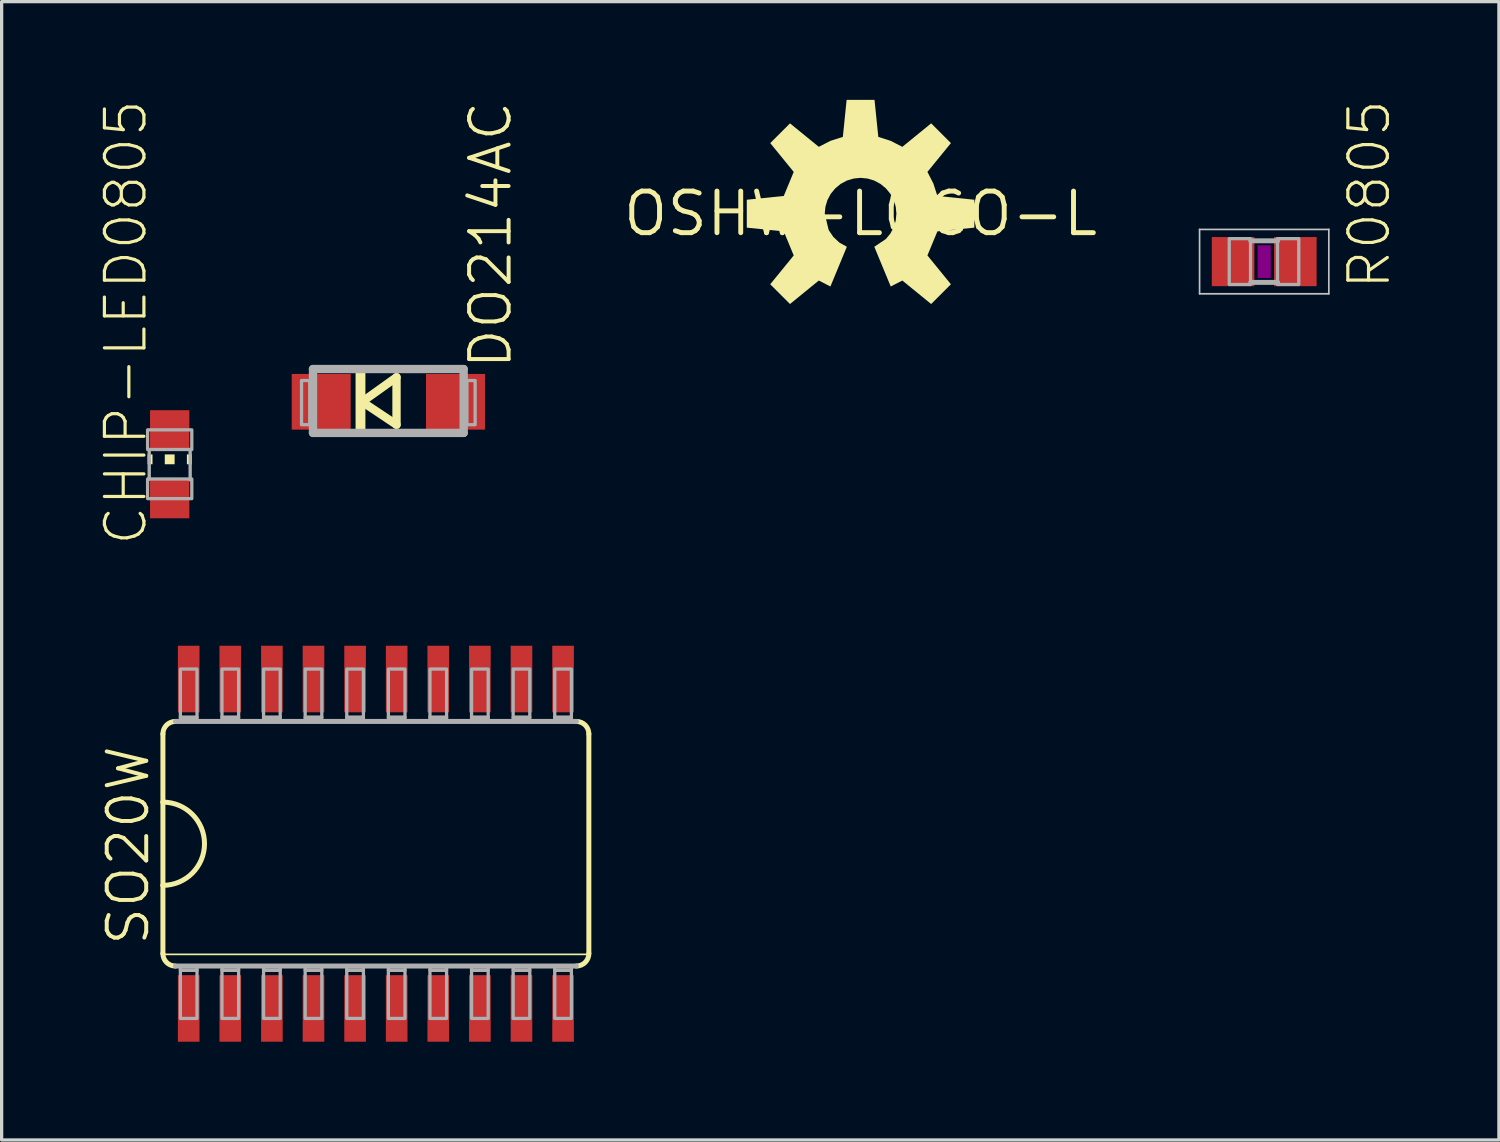
<source format=kicad_pcb>
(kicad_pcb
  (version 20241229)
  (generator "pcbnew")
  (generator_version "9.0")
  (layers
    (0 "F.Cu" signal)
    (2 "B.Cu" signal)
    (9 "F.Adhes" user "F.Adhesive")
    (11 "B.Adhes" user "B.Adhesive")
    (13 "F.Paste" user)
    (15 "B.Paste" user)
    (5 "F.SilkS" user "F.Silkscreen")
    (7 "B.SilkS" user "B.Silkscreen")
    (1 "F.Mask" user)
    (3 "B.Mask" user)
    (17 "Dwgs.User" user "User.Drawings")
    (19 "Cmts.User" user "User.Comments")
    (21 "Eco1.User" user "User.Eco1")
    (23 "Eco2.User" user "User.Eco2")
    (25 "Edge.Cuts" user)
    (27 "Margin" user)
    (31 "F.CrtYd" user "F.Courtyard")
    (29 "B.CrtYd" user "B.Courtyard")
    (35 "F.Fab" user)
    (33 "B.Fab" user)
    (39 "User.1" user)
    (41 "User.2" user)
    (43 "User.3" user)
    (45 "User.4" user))
  (footprint "CHIP-LED0805"
    (layer "F.Cu")
    (at 2.131 11.124)
    (property "Reference" "CHIP-LED0805" (at -0.635 2.54 270) (layer "F.SilkS") (effects (font (size 1.206 1.206) (thickness 0.097)) (justify left bottom)))
    (attr through_hole)
    (fp_poly (pts (xy -0.675 0) (xy -0.525 0) (xy -0.525 -0.3) (xy -0.675 -0.3)) (stroke (width 0) (type solid)) (fill yes) (layer "F.SilkS"))
    (fp_poly (pts (xy -0.15 0) (xy 0.15 0) (xy 0.15 -0.3) (xy -0.15 -0.3)) (stroke (width 0) (type solid)) (fill yes) (layer "F.SilkS"))
    (fp_poly (pts (xy 0.525 0) (xy 0.675 0) (xy 0.675 -0.3) (xy 0.525 -0.3)) (stroke (width 0) (type solid)) (fill yes) (layer "F.SilkS"))
    (fp_line (start -0.625 -0.45) (end -0.625 0.45) (stroke (width 0.102) (type solid)) (layer "F.Fab"))
    (fp_line (start 0.625 -0.45) (end 0.625 0.475) (stroke (width 0.102) (type solid)) (layer "F.Fab"))
    (fp_poly (pts (xy -0.675 -0.45) (xy 0.675 -0.45) (xy 0.675 -1.05) (xy -0.675 -1.05)) (stroke (width 0.1) (type solid)) (fill no) (layer "F.Fab"))
    (fp_poly (pts (xy -0.675 1.05) (xy 0.675 1.05) (xy 0.675 0.45) (xy -0.675 0.45)) (stroke (width 0.1) (type solid)) (fill no) (layer "F.Fab"))
    (pad "A" smd rect (at 0 1.05) (size 1.2 1.2) (layers "F.Cu" "F.Mask" "F.Paste"))
    (pad "C" smd rect (at 0 -1.05) (size 1.2 1.2) (layers "F.Cu" "F.Mask" "F.Paste")))
  (footprint "DO214AC"
    (layer "F.Cu")
    (at 8.806 9.217)
    (property "Reference" "DO214AC" (at 3.826 -0.938 270) (layer "F.SilkS") (effects (font (size 1.206 1.206) (thickness 0.121)) (justify left bottom)))
    (attr through_hole)
    (fp_line (start -0.8 0) (end 0.25 -0.75) (stroke (width 0.254) (type solid)) (layer "F.SilkS"))
    (fp_line (start 0.25 -0.75) (end 0.25 0.7) (stroke (width 0.254) (type solid)) (layer "F.SilkS"))
    (fp_line (start 0.25 0.7) (end -0.8 0) (stroke (width 0.254) (type solid)) (layer "F.SilkS"))
    (fp_poly (pts (xy -1 1.05) (xy -0.7 1.05) (xy -0.7 -1.05) (xy -1 -1.05)) (stroke (width 0) (type solid)) (fill yes) (layer "F.SilkS"))
    (fp_line (start -2.3 -1) (end 2.3 -1) (stroke (width 0.254) (type solid)) (layer "F.Fab"))
    (fp_line (start -2.3 0.95) (end -2.3 -1) (stroke (width 0.254) (type solid)) (layer "F.Fab"))
    (fp_line (start 2.3 -1) (end 2.3 0.95) (stroke (width 0.254) (type solid)) (layer "F.Fab"))
    (fp_line (start 2.3 0.95) (end -2.3 0.95) (stroke (width 0.254) (type solid)) (layer "F.Fab"))
    (fp_poly (pts (xy -2.65 0.7) (xy -2.4 0.7) (xy -2.4 -0.65) (xy -2.65 -0.65)) (stroke (width 0.1) (type solid)) (fill no) (layer "F.Fab"))
    (fp_poly (pts (xy 2.4 0.7) (xy 2.65 0.7) (xy 2.65 -0.65) (xy 2.4 -0.65)) (stroke (width 0.1) (type solid)) (fill no) (layer "F.Fab"))
    (pad "A" smd rect (at 2.05 0) (size 1.8 1.7) (layers "F.Cu" "F.Mask" "F.Paste"))
    (pad "C" smd rect (at -2.05 0) (size 1.8 1.7) (layers "F.Cu" "F.Mask" "F.Paste")))
  (footprint "SO20W"
    (layer "F.Cu")
    (at 8.426 22.71)
    (property "Reference" "SO20W" (at -6.858 3.175 90) (layer "F.SilkS") (effects (font (size 1.206 1.206) (thickness 0.121)) (justify left bottom)))
    (attr through_hole)
    (fp_line (start -6.502 -3.353) (end -6.502 -1.27) (stroke (width 0.152) (type solid)) (layer "F.SilkS"))
    (fp_line (start -6.502 -1.27) (end -6.502 1.27) (stroke (width 0.152) (type solid)) (layer "F.SilkS"))
    (fp_line (start -6.502 1.27) (end -6.502 3.353) (stroke (width 0.152) (type solid)) (layer "F.SilkS"))
    (fp_line (start -6.477 3.378) (end 6.477 3.378) (stroke (width 0.051) (type solid)) (layer "F.SilkS"))
    (fp_line (start 6.502 3.353) (end 6.502 -3.353) (stroke (width 0.152) (type solid)) (layer "F.SilkS"))
    (fp_arc (start -6.5024 -3.3528) (mid -6.390808 -3.622208) (end -6.1214 -3.7338) (stroke (width 0.1524) (type solid)) (layer "F.SilkS"))
    (fp_arc (start -6.5024 -1.27) (mid -5.2324 0) (end -6.5024 1.27) (stroke (width 0.1524) (type solid)) (layer "F.SilkS"))
    (fp_arc (start -6.1214 3.7338) (mid -6.390808 3.622208) (end -6.5024 3.3528) (stroke (width 0.1524) (type solid)) (layer "F.SilkS"))
    (fp_arc (start 6.1214 -3.7338) (mid 6.390808 -3.622208) (end 6.5024 -3.3528) (stroke (width 0.1524) (type solid)) (layer "F.SilkS"))
    (fp_arc (start 6.5024 3.3528) (mid 6.390808 3.622208) (end 6.1214 3.7338) (stroke (width 0.1524) (type solid)) (layer "F.SilkS"))
    (fp_line (start -6.121 3.734) (end 6.121 3.734) (stroke (width 0.152) (type solid)) (layer "F.Fab"))
    (fp_line (start 6.121 -3.734) (end -6.121 -3.734) (stroke (width 0.152) (type solid)) (layer "F.Fab"))
    (fp_poly (pts (xy -5.969 -3.861) (xy -5.461 -3.861) (xy -5.461 -5.334) (xy -5.969 -5.334)) (stroke (width 0.1) (type solid)) (fill no) (layer "F.Fab"))
    (fp_poly (pts (xy -5.969 -3.734) (xy -5.461 -3.734) (xy -5.461 -3.861) (xy -5.969 -3.861)) (stroke (width 0.1) (type solid)) (fill no) (layer "F.Fab"))
    (fp_poly (pts (xy -5.969 3.861) (xy -5.461 3.861) (xy -5.461 3.734) (xy -5.969 3.734)) (stroke (width 0.1) (type solid)) (fill no) (layer "F.Fab"))
    (fp_poly (pts (xy -5.969 5.334) (xy -5.461 5.334) (xy -5.461 3.861) (xy -5.969 3.861)) (stroke (width 0.1) (type solid)) (fill no) (layer "F.Fab"))
    (fp_poly (pts (xy -4.699 -3.861) (xy -4.191 -3.861) (xy -4.191 -5.334) (xy -4.699 -5.334)) (stroke (width 0.1) (type solid)) (fill no) (layer "F.Fab"))
    (fp_poly (pts (xy -4.699 -3.734) (xy -4.191 -3.734) (xy -4.191 -3.861) (xy -4.699 -3.861)) (stroke (width 0.1) (type solid)) (fill no) (layer "F.Fab"))
    (fp_poly (pts (xy -4.699 3.861) (xy -4.191 3.861) (xy -4.191 3.734) (xy -4.699 3.734)) (stroke (width 0.1) (type solid)) (fill no) (layer "F.Fab"))
    (fp_poly (pts (xy -4.699 5.334) (xy -4.191 5.334) (xy -4.191 3.861) (xy -4.699 3.861)) (stroke (width 0.1) (type solid)) (fill no) (layer "F.Fab"))
    (fp_poly (pts (xy -3.429 -3.861) (xy -2.921 -3.861) (xy -2.921 -5.334) (xy -3.429 -5.334)) (stroke (width 0.1) (type solid)) (fill no) (layer "F.Fab"))
    (fp_poly (pts (xy -3.429 -3.734) (xy -2.921 -3.734) (xy -2.921 -3.861) (xy -3.429 -3.861)) (stroke (width 0.1) (type solid)) (fill no) (layer "F.Fab"))
    (fp_poly (pts (xy -3.429 3.861) (xy -2.921 3.861) (xy -2.921 3.734) (xy -3.429 3.734)) (stroke (width 0.1) (type solid)) (fill no) (layer "F.Fab"))
    (fp_poly (pts (xy -3.429 5.334) (xy -2.921 5.334) (xy -2.921 3.861) (xy -3.429 3.861)) (stroke (width 0.1) (type solid)) (fill no) (layer "F.Fab"))
    (fp_poly (pts (xy -2.159 -3.861) (xy -1.651 -3.861) (xy -1.651 -5.334) (xy -2.159 -5.334)) (stroke (width 0.1) (type solid)) (fill no) (layer "F.Fab"))
    (fp_poly (pts (xy -2.159 -3.734) (xy -1.651 -3.734) (xy -1.651 -3.861) (xy -2.159 -3.861)) (stroke (width 0.1) (type solid)) (fill no) (layer "F.Fab"))
    (fp_poly (pts (xy -2.159 3.861) (xy -1.651 3.861) (xy -1.651 3.734) (xy -2.159 3.734)) (stroke (width 0.1) (type solid)) (fill no) (layer "F.Fab"))
    (fp_poly (pts (xy -2.159 5.334) (xy -1.651 5.334) (xy -1.651 3.861) (xy -2.159 3.861)) (stroke (width 0.1) (type solid)) (fill no) (layer "F.Fab"))
    (fp_poly (pts (xy -0.889 -3.861) (xy -0.381 -3.861) (xy -0.381 -5.334) (xy -0.889 -5.334)) (stroke (width 0.1) (type solid)) (fill no) (layer "F.Fab"))
    (fp_poly (pts (xy -0.889 -3.734) (xy -0.381 -3.734) (xy -0.381 -3.861) (xy -0.889 -3.861)) (stroke (width 0.1) (type solid)) (fill no) (layer "F.Fab"))
    (fp_poly (pts (xy -0.889 3.861) (xy -0.381 3.861) (xy -0.381 3.734) (xy -0.889 3.734)) (stroke (width 0.1) (type solid)) (fill no) (layer "F.Fab"))
    (fp_poly (pts (xy -0.889 5.334) (xy -0.381 5.334) (xy -0.381 3.861) (xy -0.889 3.861)) (stroke (width 0.1) (type solid)) (fill no) (layer "F.Fab"))
    (fp_poly (pts (xy 0.381 -3.861) (xy 0.889 -3.861) (xy 0.889 -5.334) (xy 0.381 -5.334)) (stroke (width 0.1) (type solid)) (fill no) (layer "F.Fab"))
    (fp_poly (pts (xy 0.381 -3.734) (xy 0.889 -3.734) (xy 0.889 -3.861) (xy 0.381 -3.861)) (stroke (width 0.1) (type solid)) (fill no) (layer "F.Fab"))
    (fp_poly (pts (xy 0.381 3.861) (xy 0.889 3.861) (xy 0.889 3.734) (xy 0.381 3.734)) (stroke (width 0.1) (type solid)) (fill no) (layer "F.Fab"))
    (fp_poly (pts (xy 0.381 5.334) (xy 0.889 5.334) (xy 0.889 3.861) (xy 0.381 3.861)) (stroke (width 0.1) (type solid)) (fill no) (layer "F.Fab"))
    (fp_poly (pts (xy 1.651 -3.861) (xy 2.159 -3.861) (xy 2.159 -5.334) (xy 1.651 -5.334)) (stroke (width 0.1) (type solid)) (fill no) (layer "F.Fab"))
    (fp_poly (pts (xy 1.651 -3.734) (xy 2.159 -3.734) (xy 2.159 -3.861) (xy 1.651 -3.861)) (stroke (width 0.1) (type solid)) (fill no) (layer "F.Fab"))
    (fp_poly (pts (xy 1.651 3.861) (xy 2.159 3.861) (xy 2.159 3.734) (xy 1.651 3.734)) (stroke (width 0.1) (type solid)) (fill no) (layer "F.Fab"))
    (fp_poly (pts (xy 1.651 5.334) (xy 2.159 5.334) (xy 2.159 3.861) (xy 1.651 3.861)) (stroke (width 0.1) (type solid)) (fill no) (layer "F.Fab"))
    (fp_poly (pts (xy 2.921 -3.861) (xy 3.429 -3.861) (xy 3.429 -5.334) (xy 2.921 -5.334)) (stroke (width 0.1) (type solid)) (fill no) (layer "F.Fab"))
    (fp_poly (pts (xy 2.921 -3.734) (xy 3.429 -3.734) (xy 3.429 -3.861) (xy 2.921 -3.861)) (stroke (width 0.1) (type solid)) (fill no) (layer "F.Fab"))
    (fp_poly (pts (xy 2.921 3.861) (xy 3.429 3.861) (xy 3.429 3.734) (xy 2.921 3.734)) (stroke (width 0.1) (type solid)) (fill no) (layer "F.Fab"))
    (fp_poly (pts (xy 2.921 5.334) (xy 3.429 5.334) (xy 3.429 3.861) (xy 2.921 3.861)) (stroke (width 0.1) (type solid)) (fill no) (layer "F.Fab"))
    (fp_poly (pts (xy 4.191 -3.861) (xy 4.699 -3.861) (xy 4.699 -5.334) (xy 4.191 -5.334)) (stroke (width 0.1) (type solid)) (fill no) (layer "F.Fab"))
    (fp_poly (pts (xy 4.191 -3.734) (xy 4.699 -3.734) (xy 4.699 -3.861) (xy 4.191 -3.861)) (stroke (width 0.1) (type solid)) (fill no) (layer "F.Fab"))
    (fp_poly (pts (xy 4.191 3.861) (xy 4.699 3.861) (xy 4.699 3.734) (xy 4.191 3.734)) (stroke (width 0.1) (type solid)) (fill no) (layer "F.Fab"))
    (fp_poly (pts (xy 4.191 5.334) (xy 4.699 5.334) (xy 4.699 3.861) (xy 4.191 3.861)) (stroke (width 0.1) (type solid)) (fill no) (layer "F.Fab"))
    (fp_poly (pts (xy 5.461 -3.861) (xy 5.969 -3.861) (xy 5.969 -5.334) (xy 5.461 -5.334)) (stroke (width 0.1) (type solid)) (fill no) (layer "F.Fab"))
    (fp_poly (pts (xy 5.461 -3.734) (xy 5.969 -3.734) (xy 5.969 -3.861) (xy 5.461 -3.861)) (stroke (width 0.1) (type solid)) (fill no) (layer "F.Fab"))
    (fp_poly (pts (xy 5.461 3.861) (xy 5.969 3.861) (xy 5.969 3.734) (xy 5.461 3.734)) (stroke (width 0.1) (type solid)) (fill no) (layer "F.Fab"))
    (fp_poly (pts (xy 5.461 5.334) (xy 5.969 5.334) (xy 5.969 3.861) (xy 5.461 3.861)) (stroke (width 0.1) (type solid)) (fill no) (layer "F.Fab"))
    (pad "1" smd rect (at -5.715 5.029) (size 0.66 2.032) (layers "F.Cu" "F.Mask" "F.Paste"))
    (pad "2" smd rect (at -4.445 5.029) (size 0.66 2.032) (layers "F.Cu" "F.Mask" "F.Paste"))
    (pad "3" smd rect (at -3.175 5.029) (size 0.66 2.032) (layers "F.Cu" "F.Mask" "F.Paste"))
    (pad "4" smd rect (at -1.905 5.029) (size 0.66 2.032) (layers "F.Cu" "F.Mask" "F.Paste"))
    (pad "5" smd rect (at -0.635 5.029) (size 0.66 2.032) (layers "F.Cu" "F.Mask" "F.Paste"))
    (pad "6" smd rect (at 0.635 5.029) (size 0.66 2.032) (layers "F.Cu" "F.Mask" "F.Paste"))
    (pad "7" smd rect (at 1.905 5.029) (size 0.66 2.032) (layers "F.Cu" "F.Mask" "F.Paste"))
    (pad "8" smd rect (at 3.175 5.029) (size 0.66 2.032) (layers "F.Cu" "F.Mask" "F.Paste"))
    (pad "9" smd rect (at 4.445 5.029) (size 0.66 2.032) (layers "F.Cu" "F.Mask" "F.Paste"))
    (pad "10" smd rect (at 5.715 5.029) (size 0.66 2.032) (layers "F.Cu" "F.Mask" "F.Paste"))
    (pad "11" smd rect (at 5.715 -5.029) (size 0.66 2.032) (layers "F.Cu" "F.Mask" "F.Paste"))
    (pad "12" smd rect (at 4.445 -5.029) (size 0.66 2.032) (layers "F.Cu" "F.Mask" "F.Paste"))
    (pad "13" smd rect (at 3.175 -5.029) (size 0.66 2.032) (layers "F.Cu" "F.Mask" "F.Paste"))
    (pad "14" smd rect (at 1.905 -5.029) (size 0.66 2.032) (layers "F.Cu" "F.Mask" "F.Paste"))
    (pad "15" smd rect (at 0.635 -5.029) (size 0.66 2.032) (layers "F.Cu" "F.Mask" "F.Paste"))
    (pad "16" smd rect (at -0.635 -5.029) (size 0.66 2.032) (layers "F.Cu" "F.Mask" "F.Paste"))
    (pad "17" smd rect (at -1.905 -5.029) (size 0.66 2.032) (layers "F.Cu" "F.Mask" "F.Paste"))
    (pad "18" smd rect (at -3.175 -5.029) (size 0.66 2.032) (layers "F.Cu" "F.Mask" "F.Paste"))
    (pad "19" smd rect (at -4.445 -5.029) (size 0.66 2.032) (layers "F.Cu" "F.Mask" "F.Paste"))
    (pad "20" smd rect (at -5.715 -5.029) (size 0.66 2.032) (layers "F.Cu" "F.Mask" "F.Paste")))
  (footprint "OSHW-LOGO-L"
    (layer "F.Cu")
    (at 23.224 3.474)
    (property "Reference" "OSHW-LOGO-L" (at 0 0 0) (layer "F.SilkS") (effects (font (size 1.27 1.27) (thickness 0.15))))
    (attr through_hole)
    (fp_poly (pts (xy 0.921 2.223) (xy 1.275 2.041) (xy 2.155 2.758) (xy 2.758 2.155) (xy 2.041 1.275) (xy 2.345 0.541) (xy 3.474 0.426) (xy 3.474 -0.426) (xy 2.345 -0.541) (xy 2.223 -0.921) (xy 2.041 -1.275) (xy 2.758 -2.155) (xy 2.155 -2.758) (xy 1.275 -2.041) (xy 0.921 -2.223) (xy 0.541 -2.345) (xy 0.426 -3.474) (xy -0.426 -3.474) (xy -0.541 -2.345) (xy -0.921 -2.223) (xy -1.275 -2.041) (xy -2.155 -2.758) (xy -2.758 -2.155) (xy -2.041 -1.275) (xy -2.345 -0.541) (xy -3.474 -0.426) (xy -3.474 0.426) (xy -2.345 0.541) (xy -2.041 1.275) (xy -2.758 2.155) (xy -2.155 2.758) (xy -1.275 2.041) (xy -0.921 2.223) (xy -0.419 1.01) (xy -0.643 0.885) (xy -0.832 0.71) (xy -0.975 0.497) (xy -1.094 0) (xy -1.094 -0.000001) (xy -1.073 -0.213) (xy -1.011 -0.419) (xy -0.909 -0.608) (xy -0.773 -0.773) (xy -0.608 -0.909) (xy -0.419 -1.011) (xy -0.213 -1.073) (xy -0.000039 -1.094) (xy 0.213 -1.073) (xy 0.419 -1.011) (xy 0.608 -0.909) (xy 0.773 -0.773) (xy 0.909 -0.608) (xy 1.01 -0.419) (xy 1.073 -0.213) (xy 1.094 -0.000038) (xy 1.073 0.213) (xy 1.011 0.419) (xy 0.909 0.608) (xy 0.773 0.773) (xy 0.419 1.01)) (stroke (width 0) (type solid)) (fill yes) (layer "F.SilkS")))
  (footprint "R0805"
    (layer "F.Cu")
    (at 35.547 4.937)
    (property "Reference" "R0805" (at 3.912 0.914 90) (layer "F.SilkS") (effects (font (size 1.206 1.206) (thickness 0.097)) (justify left bottom)))
    (attr through_hole)
    (fp_poly (pts (xy -0.2 0.5) (xy 0.2 0.5) (xy 0.2 -0.5) (xy -0.2 -0.5)) (stroke (width 0) (type solid)) (fill yes) (layer "F.Adhes"))
    (fp_line (start -1.973 -0.983) (end 1.973 -0.983) (stroke (width 0.051) (type solid)) (layer "Dwgs.User"))
    (fp_line (start -1.973 0.983) (end -1.973 -0.983) (stroke (width 0.051) (type solid)) (layer "Dwgs.User"))
    (fp_line (start 1.973 -0.983) (end 1.973 0.983) (stroke (width 0.051) (type solid)) (layer "Dwgs.User"))
    (fp_line (start 1.973 0.983) (end -1.973 0.983) (stroke (width 0.051) (type solid)) (layer "Dwgs.User"))
    (fp_line (start -0.41 -0.635) (end 0.41 -0.635) (stroke (width 0.152) (type solid)) (layer "F.Fab"))
    (fp_line (start -0.41 0.635) (end 0.41 0.635) (stroke (width 0.152) (type solid)) (layer "F.Fab"))
    (fp_poly (pts (xy -1.067 0.699) (xy -0.417 0.699) (xy -0.417 -0.702) (xy -1.067 -0.702)) (stroke (width 0.1) (type solid)) (fill no) (layer "F.Fab"))
    (fp_poly (pts (xy 0.406 0.699) (xy 1.056 0.699) (xy 1.056 -0.702) (xy 0.406 -0.702)) (stroke (width 0.1) (type solid)) (fill no) (layer "F.Fab"))
    (pad "1" smd rect (at -0.95 0) (size 1.3 1.5) (layers "F.Cu" "F.Mask" "F.Paste"))
    (pad "2" smd rect (at 0.95 0) (size 1.3 1.5) (layers "F.Cu" "F.Mask" "F.Paste")))
  (gr_rect
    (start -3 -3)
    (end 42.713 31.755)
    (stroke (width 0.1) (type default))
    (fill no)
    (layer "Edge.Cuts")))
</source>
